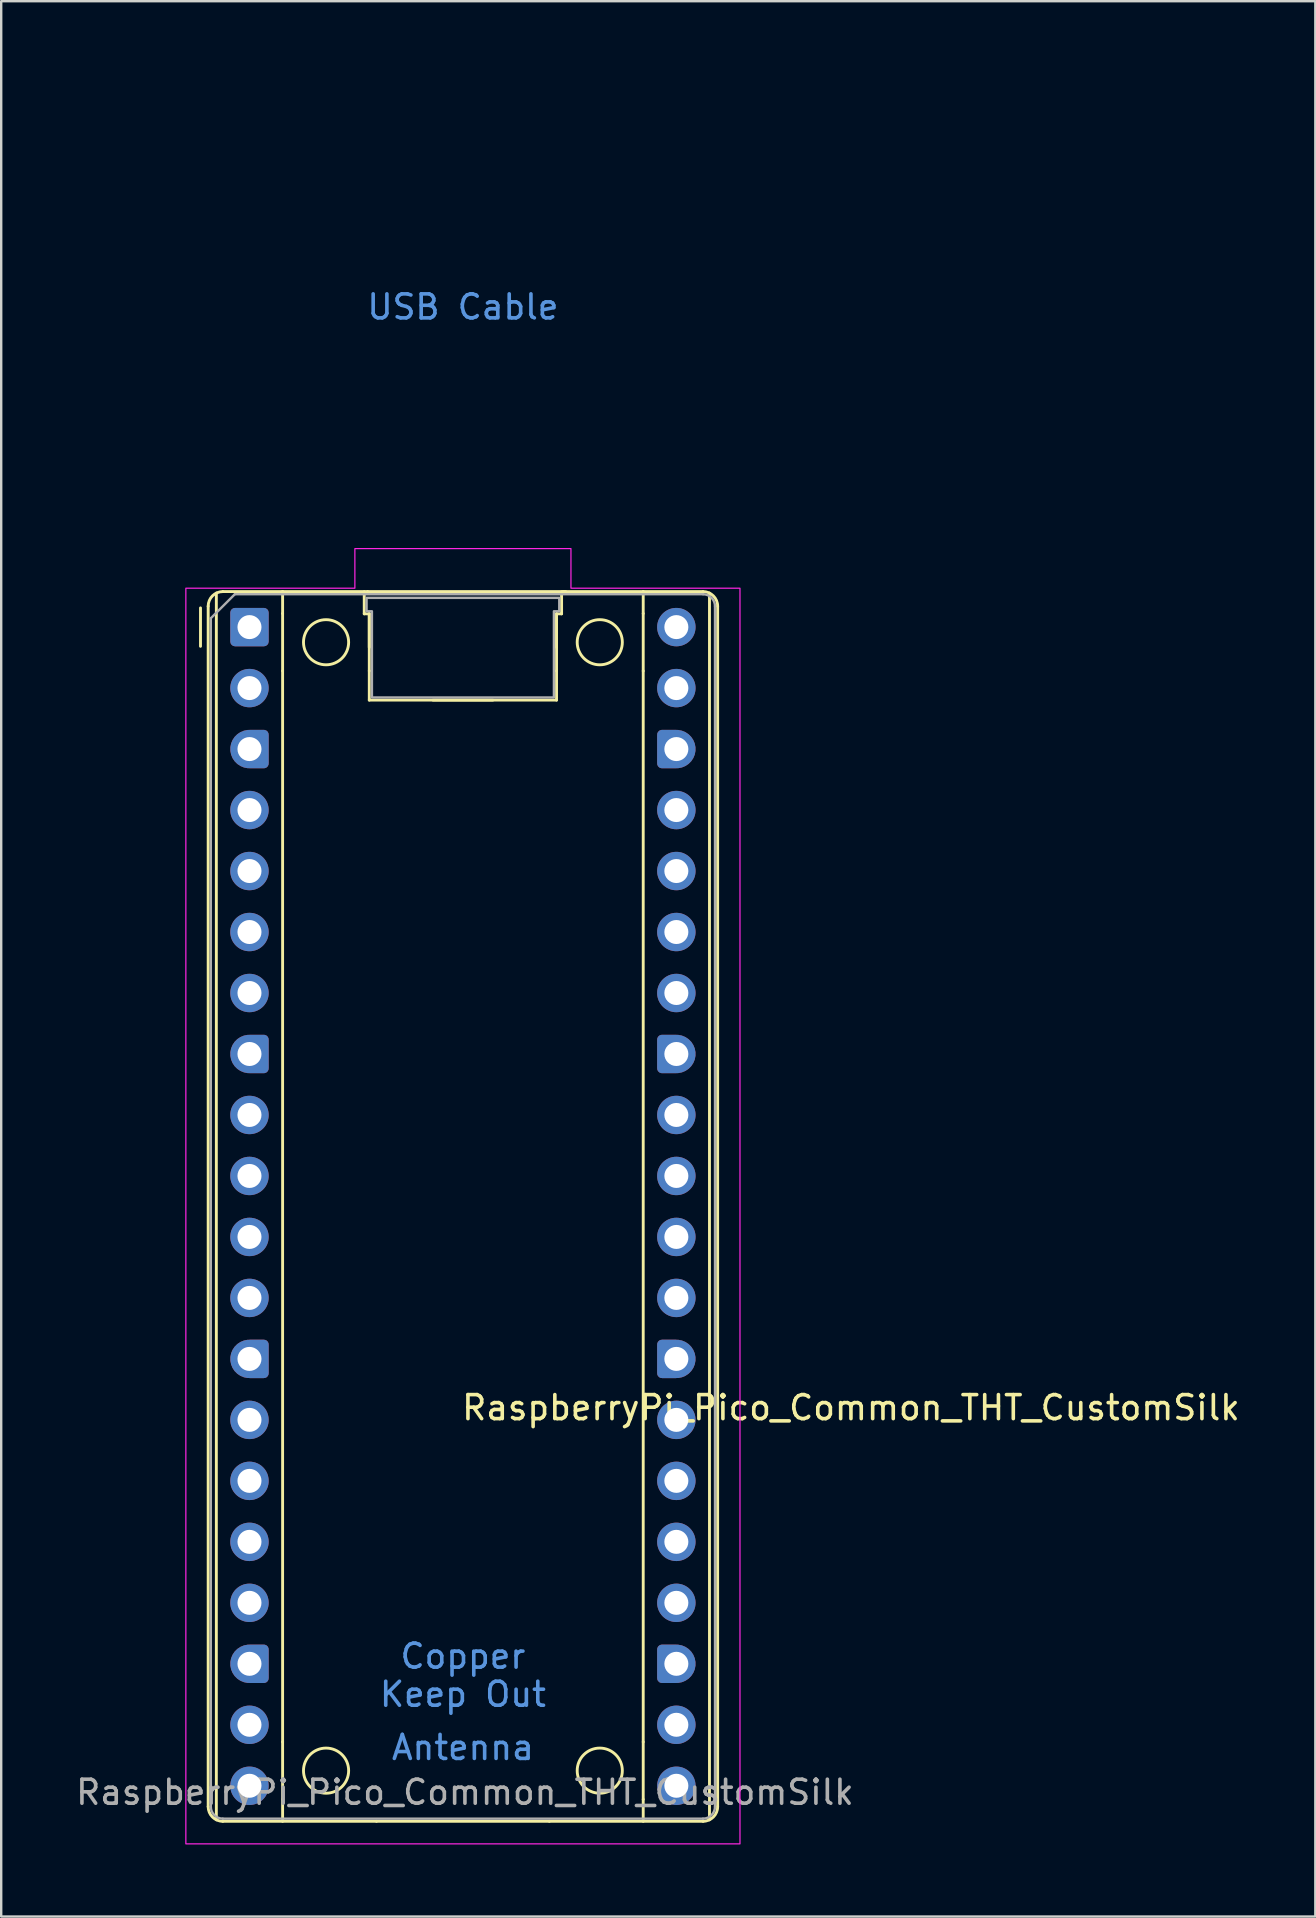
<source format=kicad_pcb>
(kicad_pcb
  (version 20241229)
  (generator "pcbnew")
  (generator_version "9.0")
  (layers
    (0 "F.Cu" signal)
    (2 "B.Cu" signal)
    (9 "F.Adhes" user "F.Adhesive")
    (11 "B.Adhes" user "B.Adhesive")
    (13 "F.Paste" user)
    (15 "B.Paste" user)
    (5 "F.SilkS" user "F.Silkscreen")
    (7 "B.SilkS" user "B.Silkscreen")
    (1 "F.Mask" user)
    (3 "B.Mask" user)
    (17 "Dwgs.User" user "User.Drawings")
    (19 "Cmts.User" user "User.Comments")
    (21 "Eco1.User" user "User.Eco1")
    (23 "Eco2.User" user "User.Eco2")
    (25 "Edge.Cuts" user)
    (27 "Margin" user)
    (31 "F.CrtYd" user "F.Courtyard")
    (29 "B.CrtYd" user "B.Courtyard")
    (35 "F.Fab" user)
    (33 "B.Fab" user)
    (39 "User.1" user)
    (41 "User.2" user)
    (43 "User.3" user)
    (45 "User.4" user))
  (footprint "RaspberryPi_Pico_Common_THT_CustomSilk"
    (layer "F.Cu")
    (at 16.231 47.2)
    (property "Reference" "RaspberryPi_Pico_Common_THT_CustomSilk" (at -0.127 8.382 0) (unlocked yes) (layer "F.SilkS") (effects (font (size 1 1) (thickness 0.15)) (justify left)))
    (attr through_hole)
    (fp_line (start -10.93 -23.33) (end -10.93 -24.93) (stroke (width 0.12) (type solid)) (layer "F.SilkS"))
    (fp_line (start -10.61 -25) (end -10.61 25) (stroke (width 0.12) (type solid)) (layer "F.SilkS"))
    (fp_line (start -10.27 -25.547) (end -10.27 25.547) (stroke (width 0.12) (type solid)) (layer "F.SilkS"))
    (fp_line (start -10 -25.61) (end -7.51 -25.61) (stroke (width 0.12) (type solid)) (layer "F.SilkS"))
    (fp_line (start -10 25.61) (end -3.6 25.61) (stroke (width 0.12) (type solid)) (layer "F.SilkS"))
    (fp_line (start -7.51 -25.61) (end -7.51 -24.696) (stroke (width 0.12) (type solid)) (layer "F.SilkS"))
    (fp_line (start -7.51 -25.61) (end -3.97 -25.61) (stroke (width 0.12) (type solid)) (layer "F.SilkS"))
    (fp_line (start -7.51 -24.696) (end -7.51 -22.304) (stroke (width 0.12) (type solid)) (layer "F.SilkS"))
    (fp_line (start -7.51 -22.304) (end -7.51 22.304) (stroke (width 0.12) (type solid)) (layer "F.SilkS"))
    (fp_line (start -7.51 22.304) (end -7.51 24.696) (stroke (width 0.12) (type solid)) (layer "F.SilkS"))
    (fp_line (start -7.51 24.696) (end -7.51 25.61) (stroke (width 0.12) (type solid)) (layer "F.SilkS"))
    (fp_line (start -4.11 -25.603) (end -4.11 -24.683) (stroke (width 0.12) (type solid)) (layer "F.SilkS"))
    (fp_line (start -4.11 -24.683) (end -3.9 -24.683) (stroke (width 0.12) (type solid)) (layer "F.SilkS"))
    (fp_line (start -3.97 -25.61) (end 4.28 -25.61) (stroke (width 0.12) (type solid)) (layer "F.SilkS"))
    (fp_line (start -3.9 -24.694) (end -3.9 -22.306) (stroke (width 0.12) (type default)) (layer "F.SilkS"))
    (fp_line (start -3.9 -24.683) (end -3.9 -23.287) (stroke (width 0.12) (type solid)) (layer "F.SilkS"))
    (fp_line (start -3.9 -22.306) (end -3.9 -21.09) (stroke (width 0.12) (type solid)) (layer "F.SilkS"))
    (fp_line (start -1.246 -21.09) (end 1.246 -21.09) (stroke (width 0.12) (type solid)) (layer "F.SilkS"))
    (fp_line (start 3.6 25.61) (end -3.6 25.61) (stroke (width 0.12) (type solid)) (layer "F.SilkS"))
    (fp_line (start 3.6 25.61) (end 10 25.61) (stroke (width 0.12) (type solid)) (layer "F.SilkS"))
    (fp_line (start 3.9 -24.694) (end 3.9 -22.306) (stroke (width 0.12) (type default)) (layer "F.SilkS"))
    (fp_line (start 3.9 -24.683) (end 3.9 -23.287) (stroke (width 0.12) (type solid)) (layer "F.SilkS"))
    (fp_line (start 3.9 -22.306) (end 3.9 -21.09) (stroke (width 0.12) (type solid)) (layer "F.SilkS"))
    (fp_line (start 3.9 -21.09) (end -3.9 -21.09) (stroke (width 0.12) (type solid)) (layer "F.SilkS"))
    (fp_line (start 4.11 -25.603) (end 4.11 -24.683) (stroke (width 0.12) (type solid)) (layer "F.SilkS"))
    (fp_line (start 4.11 -24.683) (end 3.9 -24.683) (stroke (width 0.12) (type solid)) (layer "F.SilkS"))
    (fp_line (start 4.17 -25.61) (end 7.51 -25.61) (stroke (width 0.12) (type solid)) (layer "F.SilkS"))
    (fp_line (start 7.51 -25.61) (end 7.51 -24.696) (stroke (width 0.12) (type solid)) (layer "F.SilkS"))
    (fp_line (start 7.51 -24.696) (end 7.51 -22.304) (stroke (width 0.12) (type solid)) (layer "F.SilkS"))
    (fp_line (start 7.51 -22.304) (end 7.51 22.304) (stroke (width 0.12) (type solid)) (layer "F.SilkS"))
    (fp_line (start 7.51 22.304) (end 7.51 24.696) (stroke (width 0.12) (type solid)) (layer "F.SilkS"))
    (fp_line (start 7.51 24.696) (end 7.51 25.61) (stroke (width 0.12) (type solid)) (layer "F.SilkS"))
    (fp_line (start 10 -25.61) (end 7.51 -25.61) (stroke (width 0.12) (type solid)) (layer "F.SilkS"))
    (fp_line (start 10.27 25.547) (end 10.27 -25.547) (stroke (width 0.12) (type solid)) (layer "F.SilkS"))
    (fp_line (start 10.61 -25) (end 10.61 25) (stroke (width 0.12) (type solid)) (layer "F.SilkS"))
    (fp_arc (start -10.61 -25) (mid -10.431335 -25.431335) (end -10 -25.61) (stroke (width 0.12) (type solid)) (layer "F.SilkS"))
    (fp_arc (start -10 25.61) (mid -10.431335 25.431335) (end -10.61 25) (stroke (width 0.12) (type solid)) (layer "F.SilkS"))
    (fp_arc (start 10 -25.61) (mid 10.431335 -25.431335) (end 10.61 -25) (stroke (width 0.12) (type solid)) (layer "F.SilkS"))
    (fp_arc (start 10.61 25) (mid 10.431335 25.431335) (end 10 25.61) (stroke (width 0.12) (type solid)) (layer "F.SilkS"))
    (fp_circle (center -5.7 -23.5) (end -4.76 -23.5) (stroke (width 0.12) (type solid)) (fill no) (layer "F.SilkS"))
    (fp_circle (center -5.7 23.5) (end -4.76 23.5) (stroke (width 0.12) (type solid)) (fill no) (layer "F.SilkS"))
    (fp_circle (center 5.7 -23.5) (end 6.64 -23.5) (stroke (width 0.12) (type solid)) (fill no) (layer "F.SilkS"))
    (fp_circle (center 5.7 23.5) (end 6.64 23.5) (stroke (width 0.12) (type solid)) (fill no) (layer "F.SilkS"))
    (fp_poly (pts (xy -4.5 -27.4) (xy 4.5 -27.4) (xy 4.5 -25.75) (xy 11.54 -25.75) (xy 11.54 26.55) (xy -11.54 26.55) (xy -11.54 -25.75) (xy -4.5 -25.75)) (stroke (width 0.05) (type solid)) (fill no) (layer "F.CrtYd"))
    (fp_line (start -10.5 -24.5) (end -9.5 -25.5) (stroke (width 0.1) (type solid)) (layer "F.Fab"))
    (fp_line (start -10.5 25) (end -10.5 -24.5) (stroke (width 0.1) (type solid)) (layer "F.Fab"))
    (fp_line (start -9.5 -25.5) (end 10 -25.5) (stroke (width 0.1) (type solid)) (layer "F.Fab"))
    (fp_line (start 10 25.5) (end -10 25.5) (stroke (width 0.1) (type solid)) (layer "F.Fab"))
    (fp_line (start 10.5 -25) (end 10.5 25) (stroke (width 0.1) (type solid)) (layer "F.Fab"))
    (fp_arc (start -10 25.5) (mid -10.353553 25.353553) (end -10.5 25) (stroke (width 0.1) (type solid)) (layer "F.Fab"))
    (fp_arc (start 10 -25.5) (mid 10.353553 -25.353553) (end 10.5 -25) (stroke (width 0.1) (type solid)) (layer "F.Fab"))
    (fp_arc (start 10.5 25) (mid 10.353553 25.353553) (end 10 25.5) (stroke (width 0.1) (type solid)) (layer "F.Fab"))
    (fp_poly (pts (xy 3.79 -21.2) (xy 3.79 -24.79) (xy 4.013 -24.79) (xy 4.013 -25.349) (xy -4.013 -25.349) (xy -4.013 -24.79) (xy -3.79 -24.79) (xy -3.79 -21.2)) (stroke (width 0.1) (type solid)) (fill no) (layer "F.Fab"))
    (fp_text user "Antenna" (at 0 22.535 0) (unlocked yes) (layer "Cmts.User") (effects (font (size 1 1) (thickness 0.15))))
    (fp_text user "Keep Out" (at 0 20.32 0) (unlocked yes) (layer "Cmts.User") (effects (font (size 1 1) (thickness 0.15))))
    (fp_text user "USB Cable" (at 0 -37.465 0) (unlocked yes) (layer "Cmts.User") (effects (font (size 1 1) (thickness 0.15))))
    (fp_text user "Copper" (at 0 18.733 0) (unlocked yes) (layer "Cmts.User") (effects (font (size 1 1) (thickness 0.15))))
    (fp_text user "${REFERENCE}" (at 0.084 24.401 180) (layer "F.Fab") (effects (font (size 1 1) (thickness 0.15))))
    (pad "1" thru_hole roundrect (at -8.89 -24.13) (size 1.6 1.6) (drill 1) (layers "*.Cu" "*.Mask") (roundrect_rratio 0.125))
    (pad "2" thru_hole circle (at -8.89 -21.59) (size 1.6 1.6) (drill 1) (layers "*.Cu" "*.Mask"))
    (pad "3" thru_hole custom (at -8.89 -19.05) (size 1.6 1.6) (drill 1) (layers "*.Cu" "*.Mask") (options (anchor circle)) (primitives (gr_poly (pts (xy 0.8 0.6) (xy 0.8 -0.6) (xy 0.6 -0.8) (xy 0 -0.8) (xy 0 0.8) (xy 0.6 0.8)) (width 0) (fill yes)) (gr_circle (center 0.6 0.6) (end 0.8 0.6) (width 0) (fill yes)) (gr_circle (center 0.6 -0.6) (end 0.8 -0.6) (width 0) (fill yes))))
    (pad "4" thru_hole circle (at -8.89 -16.51) (size 1.6 1.6) (drill 1) (layers "*.Cu" "*.Mask"))
    (pad "5" thru_hole circle (at -8.89 -13.97) (size 1.6 1.6) (drill 1) (layers "*.Cu" "*.Mask"))
    (pad "6" thru_hole circle (at -8.89 -11.43) (size 1.6 1.6) (drill 1) (layers "*.Cu" "*.Mask"))
    (pad "7" thru_hole circle (at -8.89 -8.89) (size 1.6 1.6) (drill 1) (layers "*.Cu" "*.Mask"))
    (pad "8" thru_hole custom (at -8.89 -6.35) (size 1.6 1.6) (drill 1) (layers "*.Cu" "*.Mask") (options (anchor circle)) (primitives (gr_poly (pts (xy 0.8 0.6) (xy 0.8 -0.6) (xy 0.6 -0.8) (xy 0 -0.8) (xy 0 0.8) (xy 0.6 0.8)) (width 0) (fill yes)) (gr_circle (center 0.6 0.6) (end 0.8 0.6) (width 0) (fill yes)) (gr_circle (center 0.6 -0.6) (end 0.8 -0.6) (width 0) (fill yes))))
    (pad "9" thru_hole circle (at -8.89 -3.81) (size 1.6 1.6) (drill 1) (layers "*.Cu" "*.Mask"))
    (pad "10" thru_hole circle (at -8.89 -1.27) (size 1.6 1.6) (drill 1) (layers "*.Cu" "*.Mask"))
    (pad "11" thru_hole circle (at -8.89 1.27) (size 1.6 1.6) (drill 1) (layers "*.Cu" "*.Mask"))
    (pad "12" thru_hole circle (at -8.89 3.81) (size 1.6 1.6) (drill 1) (layers "*.Cu" "*.Mask"))
    (pad "13" thru_hole custom (at -8.89 6.35) (size 1.6 1.6) (drill 1) (layers "*.Cu" "*.Mask") (options (anchor circle)) (primitives (gr_poly (pts (xy 0.8 0.6) (xy 0.8 -0.6) (xy 0.6 -0.8) (xy 0 -0.8) (xy 0 0.8) (xy 0.6 0.8)) (width 0) (fill yes)) (gr_circle (center 0.6 0.6) (end 0.8 0.6) (width 0) (fill yes)) (gr_circle (center 0.6 -0.6) (end 0.8 -0.6) (width 0) (fill yes))))
    (pad "14" thru_hole circle (at -8.89 8.89) (size 1.6 1.6) (drill 1) (layers "*.Cu" "*.Mask"))
    (pad "15" thru_hole circle (at -8.89 11.43) (size 1.6 1.6) (drill 1) (layers "*.Cu" "*.Mask"))
    (pad "16" thru_hole circle (at -8.89 13.97) (size 1.6 1.6) (drill 1) (layers "*.Cu" "*.Mask"))
    (pad "17" thru_hole circle (at -8.89 16.51) (size 1.6 1.6) (drill 1) (layers "*.Cu" "*.Mask"))
    (pad "18" thru_hole custom (at -8.89 19.05) (size 1.6 1.6) (drill 1) (layers "*.Cu" "*.Mask") (options (anchor circle)) (primitives (gr_poly (pts (xy 0.8 0.6) (xy 0.8 -0.6) (xy 0.6 -0.8) (xy 0 -0.8) (xy 0 0.8) (xy 0.6 0.8)) (width 0) (fill yes)) (gr_circle (center 0.6 0.6) (end 0.8 0.6) (width 0) (fill yes)) (gr_circle (center 0.6 -0.6) (end 0.8 -0.6) (width 0) (fill yes))))
    (pad "19" thru_hole circle (at -8.89 21.59) (size 1.6 1.6) (drill 1) (layers "*.Cu" "*.Mask"))
    (pad "20" thru_hole circle (at -8.89 24.13) (size 1.6 1.6) (drill 1) (layers "*.Cu" "*.Mask"))
    (pad "21" thru_hole circle (at 8.89 24.13) (size 1.6 1.6) (drill 1) (layers "*.Cu" "*.Mask"))
    (pad "22" thru_hole circle (at 8.89 21.59) (size 1.6 1.6) (drill 1) (layers "*.Cu" "*.Mask"))
    (pad "23" thru_hole custom (at 8.89 19.05) (size 1.6 1.6) (drill 1) (layers "*.Cu" "*.Mask") (options (anchor circle)) (primitives (gr_poly (pts (xy -0.8 0.6) (xy -0.8 -0.6) (xy -0.6 -0.8) (xy 0 -0.8) (xy 0 0.8) (xy -0.6 0.8)) (width 0) (fill yes)) (gr_circle (center -0.6 0.6) (end -0.4 0.6) (width 0) (fill yes)) (gr_circle (center -0.6 -0.6) (end -0.4 -0.6) (width 0) (fill yes))))
    (pad "24" thru_hole circle (at 8.89 16.51) (size 1.6 1.6) (drill 1) (layers "*.Cu" "*.Mask"))
    (pad "25" thru_hole circle (at 8.89 13.97) (size 1.6 1.6) (drill 1) (layers "*.Cu" "*.Mask"))
    (pad "26" thru_hole circle (at 8.89 11.43) (size 1.6 1.6) (drill 1) (layers "*.Cu" "*.Mask"))
    (pad "27" thru_hole circle (at 8.89 8.89) (size 1.6 1.6) (drill 1) (layers "*.Cu" "*.Mask"))
    (pad "28" thru_hole custom (at 8.89 6.35) (size 1.6 1.6) (drill 1) (layers "*.Cu" "*.Mask") (options (anchor circle)) (primitives (gr_poly (pts (xy -0.8 0.6) (xy -0.8 -0.6) (xy -0.6 -0.8) (xy 0 -0.8) (xy 0 0.8) (xy -0.6 0.8)) (width 0) (fill yes)) (gr_circle (center -0.6 0.6) (end -0.4 0.6) (width 0) (fill yes)) (gr_circle (center -0.6 -0.6) (end -0.4 -0.6) (width 0) (fill yes))))
    (pad "29" thru_hole circle (at 8.89 3.81) (size 1.6 1.6) (drill 1) (layers "*.Cu" "*.Mask"))
    (pad "30" thru_hole circle (at 8.89 1.27) (size 1.6 1.6) (drill 1) (layers "*.Cu" "*.Mask"))
    (pad "31" thru_hole circle (at 8.89 -1.27) (size 1.6 1.6) (drill 1) (layers "*.Cu" "*.Mask"))
    (pad "32" thru_hole circle (at 8.89 -3.81) (size 1.6 1.6) (drill 1) (layers "*.Cu" "*.Mask"))
    (pad "33" thru_hole custom (at 8.89 -6.35) (size 1.6 1.6) (drill 1) (layers "*.Cu" "*.Mask") (options (anchor circle)) (primitives (gr_poly (pts (xy -0.8 0.6) (xy -0.8 -0.6) (xy -0.6 -0.8) (xy 0 -0.8) (xy 0 0.8) (xy -0.6 0.8)) (width 0) (fill yes)) (gr_circle (center -0.6 0.6) (end -0.4 0.6) (width 0) (fill yes)) (gr_circle (center -0.6 -0.6) (end -0.4 -0.6) (width 0) (fill yes))))
    (pad "34" thru_hole circle (at 8.89 -8.89) (size 1.6 1.6) (drill 1) (layers "*.Cu" "*.Mask"))
    (pad "35" thru_hole circle (at 8.89 -11.43) (size 1.6 1.6) (drill 1) (layers "*.Cu" "*.Mask"))
    (pad "36" thru_hole circle (at 8.89 -13.97) (size 1.6 1.6) (drill 1) (layers "*.Cu" "*.Mask"))
    (pad "37" thru_hole circle (at 8.89 -16.51) (size 1.6 1.6) (drill 1) (layers "*.Cu" "*.Mask"))
    (pad "38" thru_hole custom (at 8.89 -19.05) (size 1.6 1.6) (drill 1) (layers "*.Cu" "*.Mask") (options (anchor circle)) (primitives (gr_poly (pts (xy -0.8 0.6) (xy -0.8 -0.6) (xy -0.6 -0.8) (xy 0 -0.8) (xy 0 0.8) (xy -0.6 0.8)) (width 0) (fill yes)) (gr_circle (center -0.6 0.6) (end -0.4 0.6) (width 0) (fill yes)) (gr_circle (center -0.6 -0.6) (end -0.4 -0.6) (width 0) (fill yes))))
    (pad "39" thru_hole circle (at 8.89 -21.59) (size 1.6 1.6) (drill 1) (layers "*.Cu" "*.Mask"))
    (pad "40" thru_hole circle (at 8.89 -24.13) (size 1.6 1.6) (drill 1) (layers "*.Cu" "*.Mask"))
    (zone (net_name "") (layers "F.Cu" "B.Cu" "F.Paste" "B.Paste") (name "Antenna Copper Keep Out") (hatch full 0.5) (connect_pads) (min_thickness 0.254) (filled_areas_thickness no) (keepout (tracks not_allowed) (vias not_allowed) (pads not_allowed) (copperpour not_allowed) (footprints allowed)) (placement (enabled no)) (fill) (polygon (pts (xy 13.831 72.19) (xy 9.131 68.54) (xy 9.131 64.2) (xy 23.331 64.2) (xy 23.331 68.54) (xy 18.631 72.19) (xy 18.631 73.2) (xy 13.831 73.2))))
    (zone (net_name "") (layer "F.CrtYd") (name "USB Cable") (hatch edge 0.5) (connect_pads) (min_thickness 0.254) (filled_areas_thickness no) (keepout (tracks allowed) (vias allowed) (pads allowed) (copperpour allowed) (footprints allowed)) (placement (enabled no)) (fill) (polygon (pts (xy 10.481 19.5) (xy 12.291 19.5) (xy 12.291 19.8) (xy 20.171 19.8) (xy 20.171 19.5) (xy 21.981 19.5) (xy 21.981 0) (xy 10.481 0)))))
  (gr_rect
    (start -3 -3)
    (end 51.735 76.775)
    (stroke (width 0.1) (type default))
    (fill no)
    (layer "Edge.Cuts")))
</source>
